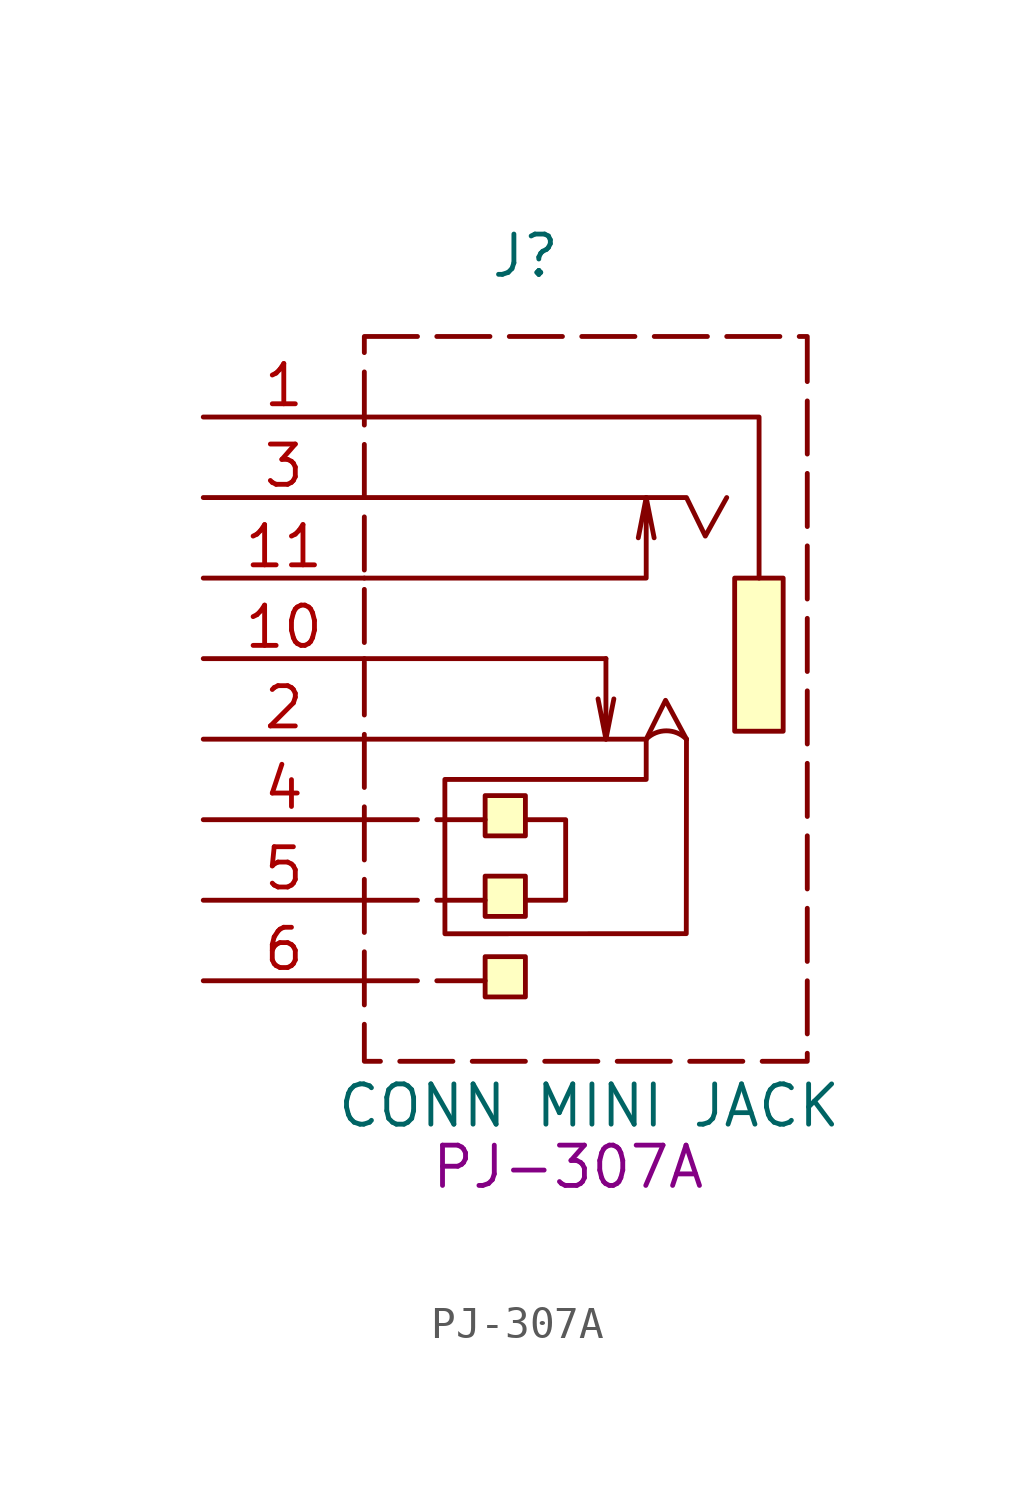
<source format=kicad_sym>
(kicad_symbol_lib
  (version 20220914)
  (generator kicad_symbol_editor)
  (symbol "PJ-307A"
    (property "Reference" "J"
      (at 2.54 17.78 0)
      (effects (font (size 1.27 1.27))))
    (property "Value" "CONN MINI JACK"
      (at 4.548 -9.023 0)
      (effects (font (size 1.27 1.27))))
    (property "Manufacturer_Part_Number" "PJ-307A"
      (at 3.887 -10.955 0)
      (effects (font (size 1.27 1.27))))
    (symbol "PJ-307A_0_1"
      (polyline (pts (xy 5.08 2.54) (xy 5.33 3.81)) (stroke (width 0) (type default)) (fill (type none)))
      (polyline (pts (xy 5.08 5.08) (xy -2.54 5.08)) (stroke (width 0) (type default)) (fill (type none)))
      (polyline (pts (xy 6.35 10.16) (xy 6.1 8.89)) (stroke (width 0) (type default)) (fill (type none)))
      (polyline (pts (xy -2.54 12.7) (xy 9.91 12.7) (xy 9.91 7.62)) (stroke (width 0) (type default)) (fill (type none)))
      (polyline (pts (xy 5.08 5.08) (xy 5.08 2.54) (xy 4.83 3.81)) (stroke (width 0) (type default)) (fill (type none)))
      (polyline (pts (xy -2.54 2.54) (xy 6.35 2.54) (xy 6.96 3.765) (xy 7.62 2.54)) (stroke (width 0) (type default)) (fill (type none)))
      (polyline (pts (xy -2.54 7.62) (xy 6.35 7.62) (xy 6.35 10.16) (xy 6.6 8.89)) (stroke (width 0) (type default)) (fill (type none)))
      (polyline (pts (xy -2.54 10.16) (xy 7.62 10.16) (xy 8.214 8.944) (xy 8.89 10.16)) (stroke (width 0) (type default)) (fill (type none)))
      (polyline (pts (xy 2.54 0) (xy 3.81 0) (xy 3.81 -2.54) (xy 2.54 -2.54)) (stroke (width 0) (type default)) (fill (type none)))
      (rectangle (start 1.27 -5.59) (end 2.54 -4.32) (stroke (width 0) (type default)) (fill (type background)))
      (rectangle (start 1.27 -3.05) (end 2.54 -1.78) (stroke (width 0) (type default)) (fill (type background)))
      (rectangle (start 1.27 -0.51) (end 2.54 0.76) (stroke (width 0) (type default)) (fill (type background)))
      (rectangle (start 9.14 2.79) (end 10.67 7.62) (stroke (width 0) (type default)) (fill (type background))))
    (symbol "PJ-307A_1_1"
      (rectangle (start -2.54 15.24) (end 11.43 -7.62) (stroke (width 0) (type dash)) (fill (type none)))
      (polyline (pts (xy -2.54 -5.08) (xy 1.27 -5.08)) (stroke (width 0) (type default)) (fill (type none)))
      (polyline (pts (xy -2.54 -2.54) (xy 1.27 -2.54)) (stroke (width 0) (type default)) (fill (type none)))
      (polyline (pts (xy -2.54 0) (xy 1.27 0)) (stroke (width 0) (type default)) (fill (type none)))
      (polyline (pts (xy 7.62 2.54) (xy 7.614 -3.595) (xy 0.002 -3.598) (xy 0 1.27) (xy 6.35 1.27) (xy 6.35 2.54)) (stroke (width 0) (type default)) (fill (type none)))
      (arc (start 7.62 2.54) (mid 6.985 2.803) (end 6.35 2.54) (stroke (width 0) (type default)) (fill (type none)))
      (pin unspecified line (at -7.62 12.7 0) (length 5.08) (name "" (effects (font (size 1.27 1.27)))) (number "1" (effects (font (size 1.27 1.27)))))
      (pin unspecified line (at -7.62 5.08 0) (length 5.08) (name "" (effects (font (size 1.27 1.27)))) (number "10" (effects (font (size 1.27 1.27)))))
      (pin unspecified line (at -7.62 7.62 0) (length 5.08) (name "" (effects (font (size 1.27 1.27)))) (number "11" (effects (font (size 1.27 1.27)))))
      (pin unspecified line (at -7.62 2.54 0) (length 5.08) (name "" (effects (font (size 1.27 1.27)))) (number "2" (effects (font (size 1.27 1.27)))))
      (pin unspecified line (at -7.62 10.16 0) (length 5.08) (name "" (effects (font (size 1.27 1.27)))) (number "3" (effects (font (size 1.27 1.27)))))
      (pin unspecified line (at -7.62 0 0) (length 5.08) (name "" (effects (font (size 1.27 1.27)))) (number "4" (effects (font (size 1.27 1.27)))))
      (pin unspecified line (at -7.62 -2.54 0) (length 5.08) (name "" (effects (font (size 1.27 1.27)))) (number "5" (effects (font (size 1.27 1.27)))))
      (pin unspecified line (at -7.62 -5.08 0) (length 5.08) (name "" (effects (font (size 1.27 1.27)))) (number "6" (effects (font (size 1.27 1.27))))))))
</source>
